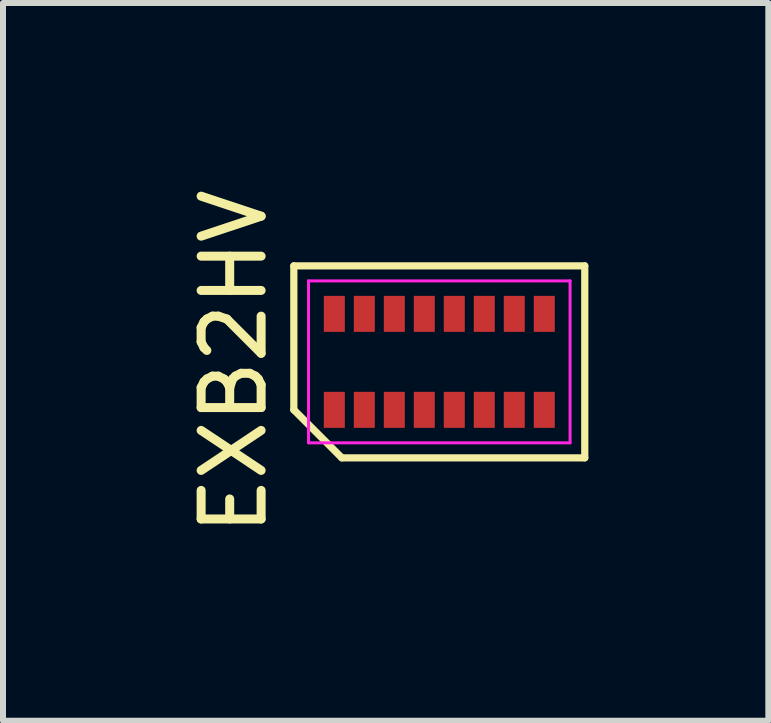
<source format=kicad_pcb>
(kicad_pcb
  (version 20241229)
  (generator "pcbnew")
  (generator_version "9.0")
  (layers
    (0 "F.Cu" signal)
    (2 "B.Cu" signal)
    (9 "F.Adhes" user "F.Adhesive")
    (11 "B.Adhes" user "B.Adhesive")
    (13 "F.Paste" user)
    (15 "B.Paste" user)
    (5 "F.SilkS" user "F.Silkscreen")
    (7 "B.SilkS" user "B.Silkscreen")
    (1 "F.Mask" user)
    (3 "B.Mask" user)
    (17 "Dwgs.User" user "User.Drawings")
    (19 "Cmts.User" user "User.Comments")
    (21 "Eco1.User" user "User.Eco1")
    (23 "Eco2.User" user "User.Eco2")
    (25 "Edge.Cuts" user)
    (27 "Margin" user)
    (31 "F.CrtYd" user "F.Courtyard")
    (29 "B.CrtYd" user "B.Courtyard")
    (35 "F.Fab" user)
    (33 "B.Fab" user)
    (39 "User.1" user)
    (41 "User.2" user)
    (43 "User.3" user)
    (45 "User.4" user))
  (footprint "EXB2HV"
    (layer "F.Cu")
    (at 4.273 2.982)
    (property "Reference" "EXB2HV" (at -3.425 0 90) (layer "F.SilkS") (effects (font (size 1 1) (thickness 0.15))))
    (attr smd)
    (fp_line (start -2.425 -1.6) (end 2.425 -1.6) (stroke (width 0.12) (type default)) (layer "F.SilkS"))
    (fp_line (start -2.425 0.8) (end -2.425 -1.6) (stroke (width 0.12) (type default)) (layer "F.SilkS"))
    (fp_line (start -1.625 1.6) (end -2.425 0.8) (stroke (width 0.12) (type default)) (layer "F.SilkS"))
    (fp_line (start 2.425 -1.6) (end 2.425 1.6) (stroke (width 0.12) (type default)) (layer "F.SilkS"))
    (fp_line (start 2.425 1.6) (end -1.625 1.6) (stroke (width 0.12) (type default)) (layer "F.SilkS"))
    (fp_line (start -2.18 -1.35) (end 2.18 -1.35) (stroke (width 0.05) (type default)) (layer "F.CrtYd"))
    (fp_line (start -2.18 1.35) (end -2.18 -1.35) (stroke (width 0.05) (type default)) (layer "F.CrtYd"))
    (fp_line (start 2.18 -1.35) (end 2.18 1.35) (stroke (width 0.05) (type default)) (layer "F.CrtYd"))
    (fp_line (start 2.18 1.35) (end -2.18 1.35) (stroke (width 0.05) (type default)) (layer "F.CrtYd"))
    (pad "1" smd rect (at -1.75 0.8) (size 0.35 0.6) (layers "F.Cu" "F.Mask" "F.Paste"))
    (pad "2" smd rect (at -1.25 0.8) (size 0.35 0.6) (layers "F.Cu" "F.Mask" "F.Paste"))
    (pad "3" smd rect (at -0.75 0.8) (size 0.35 0.6) (layers "F.Cu" "F.Mask" "F.Paste"))
    (pad "4" smd rect (at -0.25 0.8) (size 0.35 0.6) (layers "F.Cu" "F.Mask" "F.Paste"))
    (pad "5" smd rect (at 0.25 0.8) (size 0.35 0.6) (layers "F.Cu" "F.Mask" "F.Paste"))
    (pad "6" smd rect (at 0.75 0.8) (size 0.35 0.6) (layers "F.Cu" "F.Mask" "F.Paste"))
    (pad "7" smd rect (at 1.25 0.8) (size 0.35 0.6) (layers "F.Cu" "F.Mask" "F.Paste"))
    (pad "8" smd rect (at 1.75 0.8) (size 0.35 0.6) (layers "F.Cu" "F.Mask" "F.Paste"))
    (pad "9" smd rect (at 1.75 -0.8) (size 0.35 0.6) (layers "F.Cu" "F.Mask" "F.Paste"))
    (pad "10" smd rect (at 1.25 -0.8) (size 0.35 0.6) (layers "F.Cu" "F.Mask" "F.Paste"))
    (pad "11" smd rect (at 0.75 -0.8) (size 0.35 0.6) (layers "F.Cu" "F.Mask" "F.Paste"))
    (pad "12" smd rect (at 0.25 -0.8) (size 0.35 0.6) (layers "F.Cu" "F.Mask" "F.Paste"))
    (pad "13" smd rect (at -0.25 -0.8) (size 0.35 0.6) (layers "F.Cu" "F.Mask" "F.Paste"))
    (pad "14" smd rect (at -0.75 -0.8) (size 0.35 0.6) (layers "F.Cu" "F.Mask" "F.Paste"))
    (pad "15" smd rect (at -1.25 -0.8) (size 0.35 0.6) (layers "F.Cu" "F.Mask" "F.Paste"))
    (pad "16" smd rect (at -1.75 -0.8) (size 0.35 0.6) (layers "F.Cu" "F.Mask" "F.Paste")))
  (gr_rect
    (start -3 -3)
    (end 9.758 8.964)
    (stroke (width 0.1) (type default))
    (fill no)
    (layer "Edge.Cuts")))
</source>
